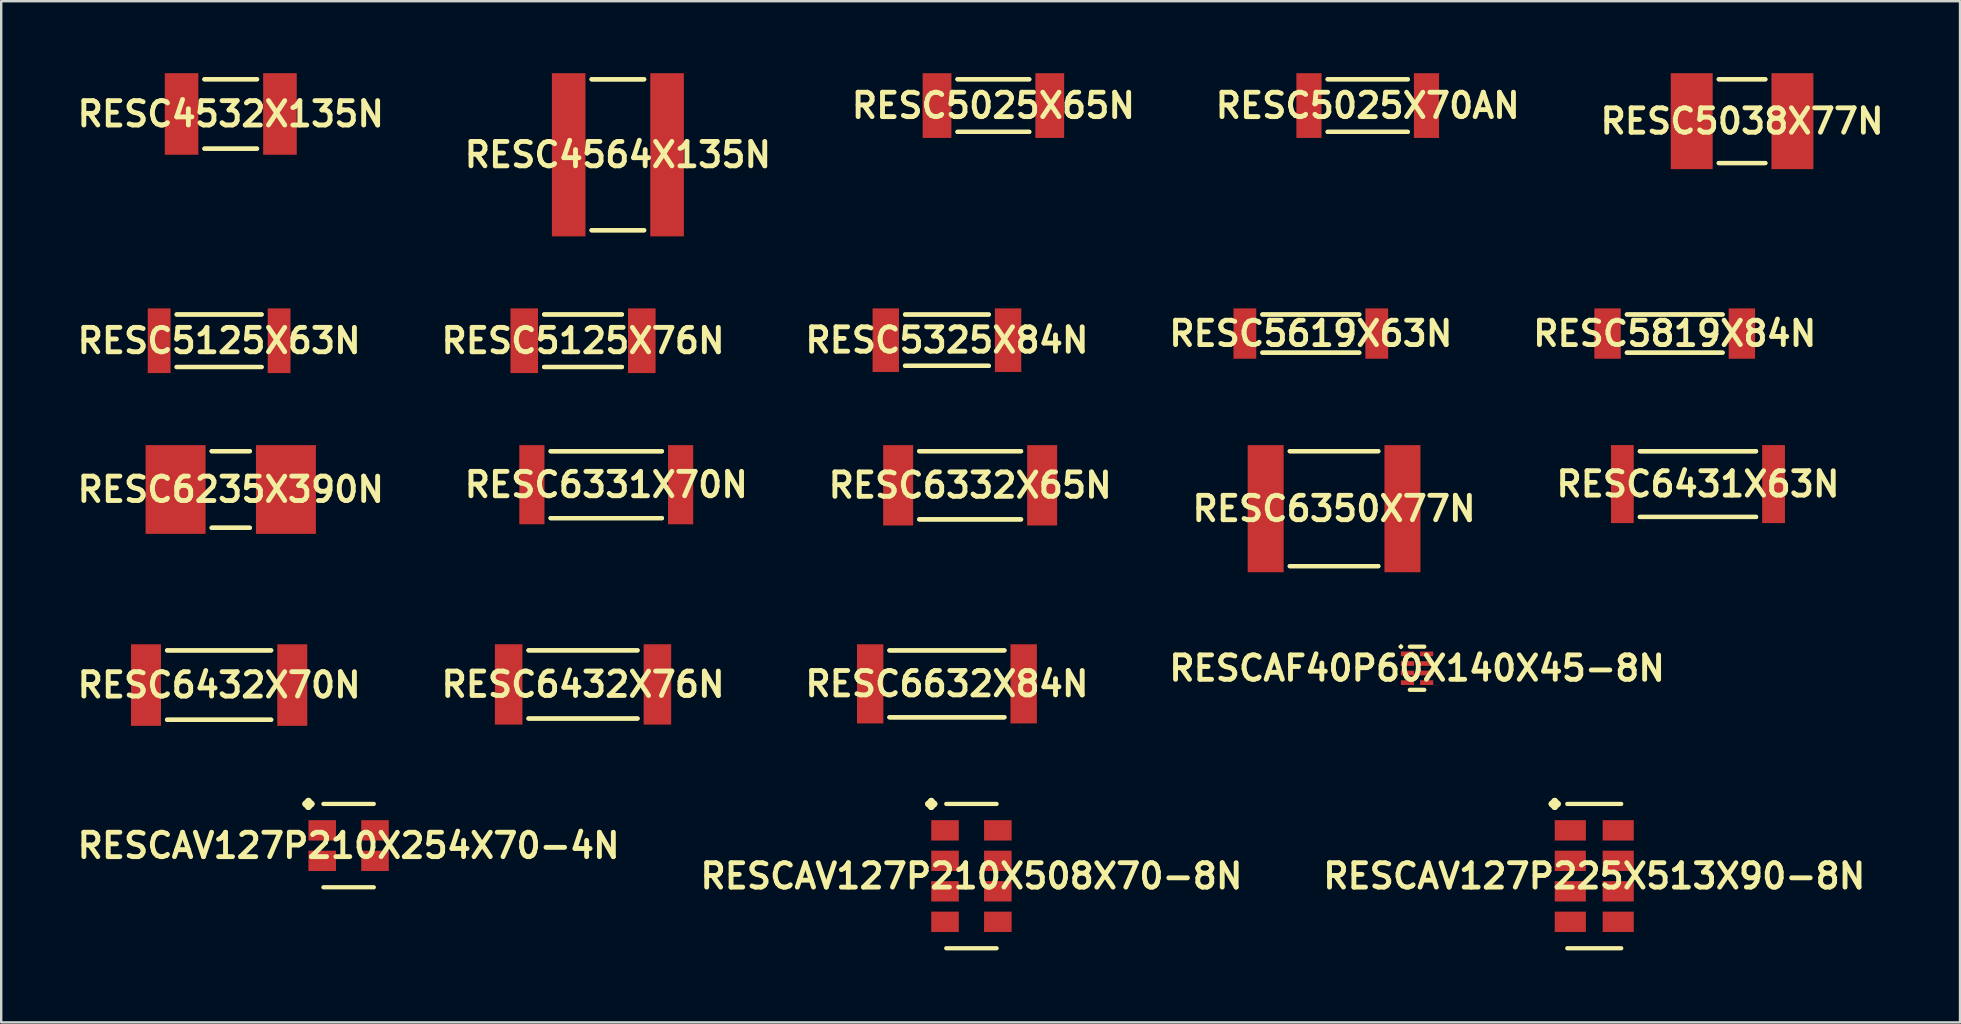
<source format=kicad_pcb>
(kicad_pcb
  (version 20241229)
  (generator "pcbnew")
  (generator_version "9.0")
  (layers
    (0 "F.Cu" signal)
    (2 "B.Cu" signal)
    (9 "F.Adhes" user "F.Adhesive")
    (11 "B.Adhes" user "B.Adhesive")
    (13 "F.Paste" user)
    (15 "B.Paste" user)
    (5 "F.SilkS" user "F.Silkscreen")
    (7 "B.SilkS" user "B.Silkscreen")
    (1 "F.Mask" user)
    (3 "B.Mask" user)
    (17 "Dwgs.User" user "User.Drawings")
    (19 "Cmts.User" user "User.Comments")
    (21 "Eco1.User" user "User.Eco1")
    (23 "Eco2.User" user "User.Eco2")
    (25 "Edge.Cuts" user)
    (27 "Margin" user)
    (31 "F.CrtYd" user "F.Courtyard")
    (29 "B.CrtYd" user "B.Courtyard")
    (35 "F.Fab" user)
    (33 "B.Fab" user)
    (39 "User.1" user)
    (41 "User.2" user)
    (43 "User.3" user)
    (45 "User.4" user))
  (footprint "RESC5025X65N"
    (layer "F.Cu")
    (at 38.343 1.349)
    (property "Reference" "RESC5025X65N" (at 0 0 0) (layer "F.SilkS") (effects (font (size 1.016 1.016) (thickness 0.203))))
    (attr smd)
    (fp_line (start -1.494 -1.095) (end 1.494 -1.095) (stroke (width 0.178) (type solid)) (layer "F.SilkS"))
    (fp_line (start -1.494 1.095) (end 1.494 1.095) (stroke (width 0.178) (type solid)) (layer "F.SilkS"))
    (fp_line (start 1.494 -1.095) (end -1.494 -1.095) (stroke (width 0.178) (type solid)) (layer "F.SilkS"))
    (fp_line (start 1.494 1.095) (end -1.494 1.095) (stroke (width 0.178) (type solid)) (layer "F.SilkS"))
    (pad "1" smd rect (at -2.349 0) (size 1.199 2.697) (layers "F.Cu" "F.Mask" "F.Paste"))
    (pad "2" smd rect (at 2.349 0) (size 1.199 2.697) (layers "F.Cu" "F.Mask" "F.Paste")))
  (footprint "RESC5125X63N"
    (layer "F.Cu")
    (at 6.081 11.148)
    (property "Reference" "RESC5125X63N" (at 0 0 0) (layer "F.SilkS") (effects (font (size 1.016 1.016) (thickness 0.203))))
    (attr smd)
    (fp_line (start -1.77 -1.095) (end 1.77 -1.095) (stroke (width 0.178) (type solid)) (layer "F.SilkS"))
    (fp_line (start -1.77 1.095) (end 1.77 1.095) (stroke (width 0.178) (type solid)) (layer "F.SilkS"))
    (fp_line (start 1.77 -1.095) (end -1.77 -1.095) (stroke (width 0.178) (type solid)) (layer "F.SilkS"))
    (fp_line (start 1.77 1.095) (end -1.77 1.095) (stroke (width 0.178) (type solid)) (layer "F.SilkS"))
    (pad "1" smd rect (at -2.499 0) (size 0.95 2.697) (layers "F.Cu" "F.Mask" "F.Paste"))
    (pad "2" smd rect (at 2.499 0) (size 0.95 2.697) (layers "F.Cu" "F.Mask" "F.Paste")))
  (footprint "RESC6331X70N"
    (layer "F.Cu")
    (at 22.212 17.147)
    (property "Reference" "RESC6331X70N" (at 0 0 0) (layer "F.SilkS") (effects (font (size 1.016 1.016) (thickness 0.203))))
    (attr smd)
    (fp_line (start -2.319 -1.394) (end 2.319 -1.394) (stroke (width 0.178) (type solid)) (layer "F.SilkS"))
    (fp_line (start -2.319 1.394) (end 2.319 1.394) (stroke (width 0.178) (type solid)) (layer "F.SilkS"))
    (fp_line (start 2.319 -1.394) (end -2.319 -1.394) (stroke (width 0.178) (type solid)) (layer "F.SilkS"))
    (fp_line (start 2.319 1.394) (end -2.319 1.394) (stroke (width 0.178) (type solid)) (layer "F.SilkS"))
    (pad "1" smd rect (at -3.099 0) (size 1.049 3.299) (layers "F.Cu" "F.Mask" "F.Paste"))
    (pad "2" smd rect (at 3.099 0) (size 1.049 3.299) (layers "F.Cu" "F.Mask" "F.Paste")))
  (footprint "RESC5619X63N"
    (layer "F.Cu")
    (at 51.57 10.849)
    (property "Reference" "RESC5619X63N" (at 0 0 0) (layer "F.SilkS") (effects (font (size 1.016 1.016) (thickness 0.203))))
    (attr smd)
    (fp_line (start -2.019 -0.795) (end 2.019 -0.795) (stroke (width 0.178) (type solid)) (layer "F.SilkS"))
    (fp_line (start -2.019 0.795) (end 2.019 0.795) (stroke (width 0.178) (type solid)) (layer "F.SilkS"))
    (fp_line (start 2.019 -0.795) (end -2.019 -0.795) (stroke (width 0.178) (type solid)) (layer "F.SilkS"))
    (fp_line (start 2.019 0.795) (end -2.019 0.795) (stroke (width 0.178) (type solid)) (layer "F.SilkS"))
    (pad "1" smd rect (at -2.748 0) (size 0.95 2.098) (layers "F.Cu" "F.Mask" "F.Paste"))
    (pad "2" smd rect (at 2.748 0) (size 0.95 2.098) (layers "F.Cu" "F.Mask" "F.Paste")))
  (footprint "RESCAV127P210X254X70-4N"
    (layer "F.Cu")
    (at 11.476 32.185)
    (property "Reference" "RESCAV127P210X254X70-4N" (at 0 0 0) (layer "F.SilkS") (effects (font (size 1.016 1.016) (thickness 0.203))))
    (attr smd)
    (fp_line (start -1.801 -1.737) (end -1.674 -1.864) (stroke (width 0.254) (type solid)) (layer "F.SilkS"))
    (fp_line (start -1.674 -1.864) (end -1.547 -1.737) (stroke (width 0.254) (type solid)) (layer "F.SilkS"))
    (fp_line (start -1.674 -1.61) (end -1.801 -1.737) (stroke (width 0.254) (type solid)) (layer "F.SilkS"))
    (fp_line (start -1.547 -1.737) (end -1.674 -1.61) (stroke (width 0.254) (type solid)) (layer "F.SilkS"))
    (fp_line (start -1.049 -1.737) (end 1.049 -1.737) (stroke (width 0.178) (type solid)) (layer "F.SilkS"))
    (fp_line (start -1.049 1.737) (end 1.049 1.737) (stroke (width 0.178) (type solid)) (layer "F.SilkS"))
    (pad "1" smd rect (at -1.1 -0.635) (size 1.148 0.848) (layers "F.Cu" "F.Mask" "F.Paste"))
    (pad "2" smd rect (at -1.1 0.635) (size 1.148 0.848) (layers "F.Cu" "F.Mask" "F.Paste"))
    (pad "3" smd rect (at 1.1 0.635) (size 1.148 0.848) (layers "F.Cu" "F.Mask" "F.Paste"))
    (pad "4" smd rect (at 1.1 -0.635) (size 1.148 0.848) (layers "F.Cu" "F.Mask" "F.Paste")))
  (footprint "RESC5025X70AN"
    (layer "F.Cu")
    (at 53.941 1.349)
    (property "Reference" "RESC5025X70AN" (at 0 0 0) (layer "F.SilkS") (effects (font (size 1.016 1.016) (thickness 0.203))))
    (attr smd)
    (fp_line (start -1.669 -1.095) (end 1.669 -1.095) (stroke (width 0.178) (type solid)) (layer "F.SilkS"))
    (fp_line (start -1.669 1.095) (end 1.669 1.095) (stroke (width 0.178) (type solid)) (layer "F.SilkS"))
    (fp_line (start 1.669 -1.095) (end -1.669 -1.095) (stroke (width 0.178) (type solid)) (layer "F.SilkS"))
    (fp_line (start 1.669 1.095) (end -1.669 1.095) (stroke (width 0.178) (type solid)) (layer "F.SilkS"))
    (pad "1" smd rect (at -2.449 0) (size 1.049 2.697) (layers "F.Cu" "F.Mask" "F.Paste"))
    (pad "2" smd rect (at 2.449 0) (size 1.049 2.697) (layers "F.Cu" "F.Mask" "F.Paste")))
  (footprint "RESC5125X76N"
    (layer "F.Cu")
    (at 21.244 11.148)
    (property "Reference" "RESC5125X76N" (at 0 0 0) (layer "F.SilkS") (effects (font (size 1.016 1.016) (thickness 0.203))))
    (attr smd)
    (fp_line (start -1.621 -1.095) (end 1.621 -1.095) (stroke (width 0.178) (type solid)) (layer "F.SilkS"))
    (fp_line (start -1.621 1.095) (end 1.621 1.095) (stroke (width 0.178) (type solid)) (layer "F.SilkS"))
    (fp_line (start 1.621 -1.095) (end -1.621 -1.095) (stroke (width 0.178) (type solid)) (layer "F.SilkS"))
    (fp_line (start 1.621 1.095) (end -1.621 1.095) (stroke (width 0.178) (type solid)) (layer "F.SilkS"))
    (pad "1" smd rect (at -2.449 0) (size 1.148 2.697) (layers "F.Cu" "F.Mask" "F.Paste"))
    (pad "2" smd rect (at 2.449 0) (size 1.148 2.697) (layers "F.Cu" "F.Mask" "F.Paste")))
  (footprint "RESC6632X84N"
    (layer "F.Cu")
    (at 36.407 25.445)
    (property "Reference" "RESC6632X84N" (at 0 0 0) (layer "F.SilkS") (effects (font (size 1.016 1.016) (thickness 0.203))))
    (attr smd)
    (fp_line (start -2.395 -1.394) (end 2.395 -1.394) (stroke (width 0.178) (type solid)) (layer "F.SilkS"))
    (fp_line (start -2.395 1.394) (end 2.395 1.394) (stroke (width 0.178) (type solid)) (layer "F.SilkS"))
    (fp_line (start 2.395 -1.394) (end -2.395 -1.394) (stroke (width 0.178) (type solid)) (layer "F.SilkS"))
    (fp_line (start 2.395 1.394) (end -2.395 1.394) (stroke (width 0.178) (type solid)) (layer "F.SilkS"))
    (pad "1" smd rect (at -3.198 0) (size 1.1 3.299) (layers "F.Cu" "F.Mask" "F.Paste"))
    (pad "2" smd rect (at 3.198 0) (size 1.1 3.299) (layers "F.Cu" "F.Mask" "F.Paste")))
  (footprint "RESC5038X77N"
    (layer "F.Cu")
    (at 69.539 1.999)
    (property "Reference" "RESC5038X77N" (at 0 0 0) (layer "F.SilkS") (effects (font (size 1.016 1.016) (thickness 0.203))))
    (attr smd)
    (fp_line (start -0.97 -1.745) (end 0.97 -1.745) (stroke (width 0.178) (type solid)) (layer "F.SilkS"))
    (fp_line (start -0.97 1.745) (end 0.97 1.745) (stroke (width 0.178) (type solid)) (layer "F.SilkS"))
    (fp_line (start 0.97 -1.745) (end -0.97 -1.745) (stroke (width 0.178) (type solid)) (layer "F.SilkS"))
    (fp_line (start 0.97 1.745) (end -0.97 1.745) (stroke (width 0.178) (type solid)) (layer "F.SilkS"))
    (pad "1" smd rect (at -2.098 0) (size 1.748 3.998) (layers "F.Cu" "F.Mask" "F.Paste"))
    (pad "2" smd rect (at 2.098 0) (size 1.748 3.998) (layers "F.Cu" "F.Mask" "F.Paste")))
  (footprint "RESCAV127P210X508X70-8N"
    (layer "F.Cu")
    (at 37.428 33.455)
    (property "Reference" "RESCAV127P210X508X70-8N" (at 0 0 0) (layer "F.SilkS") (effects (font (size 1.016 1.016) (thickness 0.203))))
    (attr smd)
    (fp_line (start -1.801 -3.007) (end -1.674 -3.134) (stroke (width 0.254) (type solid)) (layer "F.SilkS"))
    (fp_line (start -1.674 -3.134) (end -1.547 -3.007) (stroke (width 0.254) (type solid)) (layer "F.SilkS"))
    (fp_line (start -1.674 -2.88) (end -1.801 -3.007) (stroke (width 0.254) (type solid)) (layer "F.SilkS"))
    (fp_line (start -1.547 -3.007) (end -1.674 -2.88) (stroke (width 0.254) (type solid)) (layer "F.SilkS"))
    (fp_line (start -1.049 -3.007) (end 1.049 -3.007) (stroke (width 0.178) (type solid)) (layer "F.SilkS"))
    (fp_line (start -1.049 3.007) (end 1.049 3.007) (stroke (width 0.178) (type solid)) (layer "F.SilkS"))
    (pad "1" smd rect (at -1.1 -1.905) (size 1.148 0.848) (layers "F.Cu" "F.Mask" "F.Paste"))
    (pad "2" smd rect (at -1.1 -0.635) (size 1.148 0.848) (layers "F.Cu" "F.Mask" "F.Paste"))
    (pad "3" smd rect (at -1.1 0.635) (size 1.148 0.848) (layers "F.Cu" "F.Mask" "F.Paste"))
    (pad "4" smd rect (at -1.1 1.905) (size 1.148 0.848) (layers "F.Cu" "F.Mask" "F.Paste"))
    (pad "5" smd rect (at 1.1 1.905) (size 1.148 0.848) (layers "F.Cu" "F.Mask" "F.Paste"))
    (pad "6" smd rect (at 1.1 0.635) (size 1.148 0.848) (layers "F.Cu" "F.Mask" "F.Paste"))
    (pad "7" smd rect (at 1.1 -0.635) (size 1.148 0.848) (layers "F.Cu" "F.Mask" "F.Paste"))
    (pad "8" smd rect (at 1.1 -1.905) (size 1.148 0.848) (layers "F.Cu" "F.Mask" "F.Paste")))
  (footprint "RESCAF40P60X140X45-8N"
    (layer "F.Cu")
    (at 55.997 24.795)
    (property "Reference" "RESCAF40P60X140X45-8N" (at 0 0 0) (layer "F.SilkS") (effects (font (size 1.016 1.016) (thickness 0.203))))
    (attr smd)
    (fp_line (start -0.724 -0.899) (end -0.673 -0.95) (stroke (width 0.099) (type solid)) (layer "F.SilkS"))
    (fp_line (start -0.673 -0.95) (end -0.625 -0.899) (stroke (width 0.099) (type solid)) (layer "F.SilkS"))
    (fp_line (start -0.673 -0.848) (end -0.724 -0.899) (stroke (width 0.099) (type solid)) (layer "F.SilkS"))
    (fp_line (start -0.625 -0.899) (end -0.673 -0.848) (stroke (width 0.099) (type solid)) (layer "F.SilkS"))
    (fp_line (start -0.3 -0.899) (end 0.3 -0.899) (stroke (width 0.178) (type solid)) (layer "F.SilkS"))
    (fp_line (start -0.3 0.899) (end 0.3 0.899) (stroke (width 0.178) (type solid)) (layer "F.SilkS"))
    (pad "1" smd rect (at -0.399 -0.599) (size 0.549 0.198) (layers "F.Cu" "F.Mask" "F.Paste"))
    (pad "2" smd rect (at -0.399 -0.198) (size 0.549 0.198) (layers "F.Cu" "F.Mask" "F.Paste"))
    (pad "3" smd rect (at -0.399 0.198) (size 0.549 0.198) (layers "F.Cu" "F.Mask" "F.Paste"))
    (pad "4" smd rect (at -0.399 0.599) (size 0.549 0.198) (layers "F.Cu" "F.Mask" "F.Paste"))
    (pad "5" smd rect (at 0.399 0.599) (size 0.549 0.198) (layers "F.Cu" "F.Mask" "F.Paste"))
    (pad "6" smd rect (at 0.399 0.198) (size 0.549 0.198) (layers "F.Cu" "F.Mask" "F.Paste"))
    (pad "7" smd rect (at 0.399 -0.198) (size 0.549 0.198) (layers "F.Cu" "F.Mask" "F.Paste"))
    (pad "8" smd rect (at 0.399 -0.599) (size 0.549 0.198) (layers "F.Cu" "F.Mask" "F.Paste")))
  (footprint "RESC5325X84N"
    (layer "F.Cu")
    (at 36.407 11.124)
    (property "Reference" "RESC5325X84N" (at 0 0 0) (layer "F.SilkS") (effects (font (size 1.016 1.016) (thickness 0.203))))
    (attr smd)
    (fp_line (start -1.745 -1.069) (end 1.745 -1.069) (stroke (width 0.178) (type solid)) (layer "F.SilkS"))
    (fp_line (start -1.745 1.069) (end 1.745 1.069) (stroke (width 0.178) (type solid)) (layer "F.SilkS"))
    (fp_line (start 1.745 -1.069) (end -1.745 -1.069) (stroke (width 0.178) (type solid)) (layer "F.SilkS"))
    (fp_line (start 1.745 1.069) (end -1.745 1.069) (stroke (width 0.178) (type solid)) (layer "F.SilkS"))
    (pad "1" smd rect (at -2.548 0) (size 1.1 2.649) (layers "F.Cu" "F.Mask" "F.Paste"))
    (pad "2" smd rect (at 2.548 0) (size 1.1 2.649) (layers "F.Cu" "F.Mask" "F.Paste")))
  (footprint "RESCAV127P225X513X90-8N"
    (layer "F.Cu")
    (at 63.38 33.455)
    (property "Reference" "RESCAV127P225X513X90-8N" (at 0 0 0) (layer "F.SilkS") (effects (font (size 1.016 1.016) (thickness 0.203))))
    (attr smd)
    (fp_line (start -1.775 -3.007) (end -1.648 -3.134) (stroke (width 0.254) (type solid)) (layer "F.SilkS"))
    (fp_line (start -1.648 -3.134) (end -1.521 -3.007) (stroke (width 0.254) (type solid)) (layer "F.SilkS"))
    (fp_line (start -1.648 -2.88) (end -1.775 -3.007) (stroke (width 0.254) (type solid)) (layer "F.SilkS"))
    (fp_line (start -1.521 -3.007) (end -1.648 -2.88) (stroke (width 0.254) (type solid)) (layer "F.SilkS"))
    (fp_line (start -1.123 -3.007) (end 1.123 -3.007) (stroke (width 0.178) (type solid)) (layer "F.SilkS"))
    (fp_line (start -1.123 3.007) (end 1.123 3.007) (stroke (width 0.178) (type solid)) (layer "F.SilkS"))
    (pad "1" smd rect (at -0.998 -1.905) (size 1.298 0.848) (layers "F.Cu" "F.Mask" "F.Paste"))
    (pad "2" smd rect (at -0.998 -0.635) (size 1.298 0.848) (layers "F.Cu" "F.Mask" "F.Paste"))
    (pad "3" smd rect (at -0.998 0.635) (size 1.298 0.848) (layers "F.Cu" "F.Mask" "F.Paste"))
    (pad "4" smd rect (at -0.998 1.905) (size 1.298 0.848) (layers "F.Cu" "F.Mask" "F.Paste"))
    (pad "5" smd rect (at 0.998 1.905) (size 1.298 0.848) (layers "F.Cu" "F.Mask" "F.Paste"))
    (pad "6" smd rect (at 0.998 0.635) (size 1.298 0.848) (layers "F.Cu" "F.Mask" "F.Paste"))
    (pad "7" smd rect (at 0.998 -0.635) (size 1.298 0.848) (layers "F.Cu" "F.Mask" "F.Paste"))
    (pad "8" smd rect (at 0.998 -1.905) (size 1.298 0.848) (layers "F.Cu" "F.Mask" "F.Paste")))
  (footprint "RESC4532X135N"
    (layer "F.Cu")
    (at 6.565 1.699)
    (property "Reference" "RESC4532X135N" (at 0 0 0) (layer "F.SilkS") (effects (font (size 1.016 1.016) (thickness 0.203))))
    (attr smd)
    (fp_line (start -1.095 -1.445) (end 1.095 -1.445) (stroke (width 0.178) (type solid)) (layer "F.SilkS"))
    (fp_line (start -1.095 1.445) (end 1.095 1.445) (stroke (width 0.178) (type solid)) (layer "F.SilkS"))
    (fp_line (start 1.095 -1.445) (end -1.095 -1.445) (stroke (width 0.178) (type solid)) (layer "F.SilkS"))
    (fp_line (start 1.095 1.445) (end -1.095 1.445) (stroke (width 0.178) (type solid)) (layer "F.SilkS"))
    (pad "1" smd rect (at -2.05 0) (size 1.4 3.399) (layers "F.Cu" "F.Mask" "F.Paste"))
    (pad "2" smd rect (at 2.05 0) (size 1.4 3.399) (layers "F.Cu" "F.Mask" "F.Paste")))
  (footprint "RESC6350X77N"
    (layer "F.Cu")
    (at 52.538 18.146)
    (property "Reference" "RESC6350X77N" (at 0 0 0) (layer "F.SilkS") (effects (font (size 1.016 1.016) (thickness 0.203))))
    (attr smd)
    (fp_line (start -1.844 -2.395) (end 1.844 -2.395) (stroke (width 0.178) (type solid)) (layer "F.SilkS"))
    (fp_line (start -1.844 2.395) (end 1.844 2.395) (stroke (width 0.178) (type solid)) (layer "F.SilkS"))
    (fp_line (start 1.844 -2.395) (end -1.844 -2.395) (stroke (width 0.178) (type solid)) (layer "F.SilkS"))
    (fp_line (start 1.844 2.395) (end -1.844 2.395) (stroke (width 0.178) (type solid)) (layer "F.SilkS"))
    (pad "1" smd rect (at -2.85 0) (size 1.499 5.298) (layers "F.Cu" "F.Mask" "F.Paste"))
    (pad "2" smd rect (at 2.85 0) (size 1.499 5.298) (layers "F.Cu" "F.Mask" "F.Paste")))
  (footprint "RESC4564X135N"
    (layer "F.Cu")
    (at 22.696 3.4)
    (property "Reference" "RESC4564X135N" (at 0 0 0) (layer "F.SilkS") (effects (font (size 1.016 1.016) (thickness 0.203))))
    (attr smd)
    (fp_line (start -1.095 -3.145) (end 1.095 -3.145) (stroke (width 0.178) (type solid)) (layer "F.SilkS"))
    (fp_line (start -1.095 3.145) (end 1.095 3.145) (stroke (width 0.178) (type solid)) (layer "F.SilkS"))
    (fp_line (start 1.095 -3.145) (end -1.095 -3.145) (stroke (width 0.178) (type solid)) (layer "F.SilkS"))
    (fp_line (start 1.095 3.145) (end -1.095 3.145) (stroke (width 0.178) (type solid)) (layer "F.SilkS"))
    (pad "1" smd rect (at -2.05 0) (size 1.4 6.8) (layers "F.Cu" "F.Mask" "F.Paste"))
    (pad "2" smd rect (at 2.05 0) (size 1.4 6.8) (layers "F.Cu" "F.Mask" "F.Paste")))
  (footprint "RESC6432X76N"
    (layer "F.Cu")
    (at 21.244 25.469)
    (property "Reference" "RESC6432X76N" (at 0 0 0) (layer "F.SilkS") (effects (font (size 1.016 1.016) (thickness 0.203))))
    (attr smd)
    (fp_line (start -2.271 -1.42) (end 2.271 -1.42) (stroke (width 0.178) (type solid)) (layer "F.SilkS"))
    (fp_line (start -2.271 1.42) (end 2.271 1.42) (stroke (width 0.178) (type solid)) (layer "F.SilkS"))
    (fp_line (start 2.271 -1.42) (end -2.271 -1.42) (stroke (width 0.178) (type solid)) (layer "F.SilkS"))
    (fp_line (start 2.271 1.42) (end -2.271 1.42) (stroke (width 0.178) (type solid)) (layer "F.SilkS"))
    (pad "1" smd rect (at -3.099 0) (size 1.148 3.348) (layers "F.Cu" "F.Mask" "F.Paste"))
    (pad "2" smd rect (at 3.099 0) (size 1.148 3.348) (layers "F.Cu" "F.Mask" "F.Paste")))
  (footprint "RESC6332X65N"
    (layer "F.Cu")
    (at 37.375 17.171)
    (property "Reference" "RESC6332X65N" (at 0 0 0) (layer "F.SilkS") (effects (font (size 1.016 1.016) (thickness 0.203))))
    (attr smd)
    (fp_line (start -2.121 -1.42) (end 2.121 -1.42) (stroke (width 0.178) (type solid)) (layer "F.SilkS"))
    (fp_line (start -2.121 1.42) (end 2.121 1.42) (stroke (width 0.178) (type solid)) (layer "F.SilkS"))
    (fp_line (start 2.121 -1.42) (end -2.121 -1.42) (stroke (width 0.178) (type solid)) (layer "F.SilkS"))
    (fp_line (start 2.121 1.42) (end -2.121 1.42) (stroke (width 0.178) (type solid)) (layer "F.SilkS"))
    (pad "1" smd rect (at -3 0) (size 1.25 3.348) (layers "F.Cu" "F.Mask" "F.Paste"))
    (pad "2" smd rect (at 3 0) (size 1.25 3.348) (layers "F.Cu" "F.Mask" "F.Paste")))
  (footprint "RESC6432X70N"
    (layer "F.Cu")
    (at 6.081 25.495)
    (property "Reference" "RESC6432X70N" (at 0 0 0) (layer "F.SilkS") (effects (font (size 1.016 1.016) (thickness 0.203))))
    (attr smd)
    (fp_line (start -2.169 -1.445) (end 2.169 -1.445) (stroke (width 0.178) (type solid)) (layer "F.SilkS"))
    (fp_line (start -2.169 1.445) (end 2.169 1.445) (stroke (width 0.178) (type solid)) (layer "F.SilkS"))
    (fp_line (start 2.169 -1.445) (end -2.169 -1.445) (stroke (width 0.178) (type solid)) (layer "F.SilkS"))
    (fp_line (start 2.169 1.445) (end -2.169 1.445) (stroke (width 0.178) (type solid)) (layer "F.SilkS"))
    (pad "1" smd rect (at -3.048 0) (size 1.25 3.399) (layers "F.Cu" "F.Mask" "F.Paste"))
    (pad "2" smd rect (at 3.048 0) (size 1.25 3.399) (layers "F.Cu" "F.Mask" "F.Paste")))
  (footprint "RESC5819X84N"
    (layer "F.Cu")
    (at 66.733 10.849)
    (property "Reference" "RESC5819X84N" (at 0 0 0) (layer "F.SilkS") (effects (font (size 1.016 1.016) (thickness 0.203))))
    (attr smd)
    (fp_line (start -1.994 -0.795) (end 1.994 -0.795) (stroke (width 0.178) (type solid)) (layer "F.SilkS"))
    (fp_line (start -1.994 0.795) (end 1.994 0.795) (stroke (width 0.178) (type solid)) (layer "F.SilkS"))
    (fp_line (start 1.994 -0.795) (end -1.994 -0.795) (stroke (width 0.178) (type solid)) (layer "F.SilkS"))
    (fp_line (start 1.994 0.795) (end -1.994 0.795) (stroke (width 0.178) (type solid)) (layer "F.SilkS"))
    (pad "1" smd rect (at -2.799 0) (size 1.1 2.098) (layers "F.Cu" "F.Mask" "F.Paste"))
    (pad "2" smd rect (at 2.799 0) (size 1.1 2.098) (layers "F.Cu" "F.Mask" "F.Paste")))
  (footprint "RESC6235X390N"
    (layer "F.Cu")
    (at 6.565 17.346)
    (property "Reference" "RESC6235X390N" (at 0 0 0) (layer "F.SilkS") (effects (font (size 1.016 1.016) (thickness 0.203))))
    (attr smd)
    (fp_line (start -0.795 -1.595) (end 0.795 -1.595) (stroke (width 0.178) (type solid)) (layer "F.SilkS"))
    (fp_line (start -0.795 1.595) (end 0.795 1.595) (stroke (width 0.178) (type solid)) (layer "F.SilkS"))
    (fp_line (start 0.795 -1.595) (end -0.795 -1.595) (stroke (width 0.178) (type solid)) (layer "F.SilkS"))
    (fp_line (start 0.795 1.595) (end -0.795 1.595) (stroke (width 0.178) (type solid)) (layer "F.SilkS"))
    (pad "1" smd rect (at -2.299 0) (size 2.499 3.698) (layers "F.Cu" "F.Mask" "F.Paste"))
    (pad "2" smd rect (at 2.299 0) (size 2.499 3.698) (layers "F.Cu" "F.Mask" "F.Paste")))
  (footprint "RESC6431X63N"
    (layer "F.Cu")
    (at 67.701 17.121)
    (property "Reference" "RESC6431X63N" (at 0 0 0) (layer "F.SilkS") (effects (font (size 1.016 1.016) (thickness 0.203))))
    (attr smd)
    (fp_line (start -2.421 -1.369) (end 2.421 -1.369) (stroke (width 0.178) (type solid)) (layer "F.SilkS"))
    (fp_line (start -2.421 1.369) (end 2.421 1.369) (stroke (width 0.178) (type solid)) (layer "F.SilkS"))
    (fp_line (start 2.421 -1.369) (end -2.421 -1.369) (stroke (width 0.178) (type solid)) (layer "F.SilkS"))
    (fp_line (start 2.421 1.369) (end -2.421 1.369) (stroke (width 0.178) (type solid)) (layer "F.SilkS"))
    (pad "1" smd rect (at -3.15 0) (size 0.95 3.249) (layers "F.Cu" "F.Mask" "F.Paste"))
    (pad "2" smd rect (at 3.15 0) (size 0.95 3.249) (layers "F.Cu" "F.Mask" "F.Paste")))
  (gr_rect
    (start -3 -3)
    (end 78.621 39.552)
    (stroke (width 0.1) (type default))
    (fill no)
    (layer "Edge.Cuts")))
</source>
